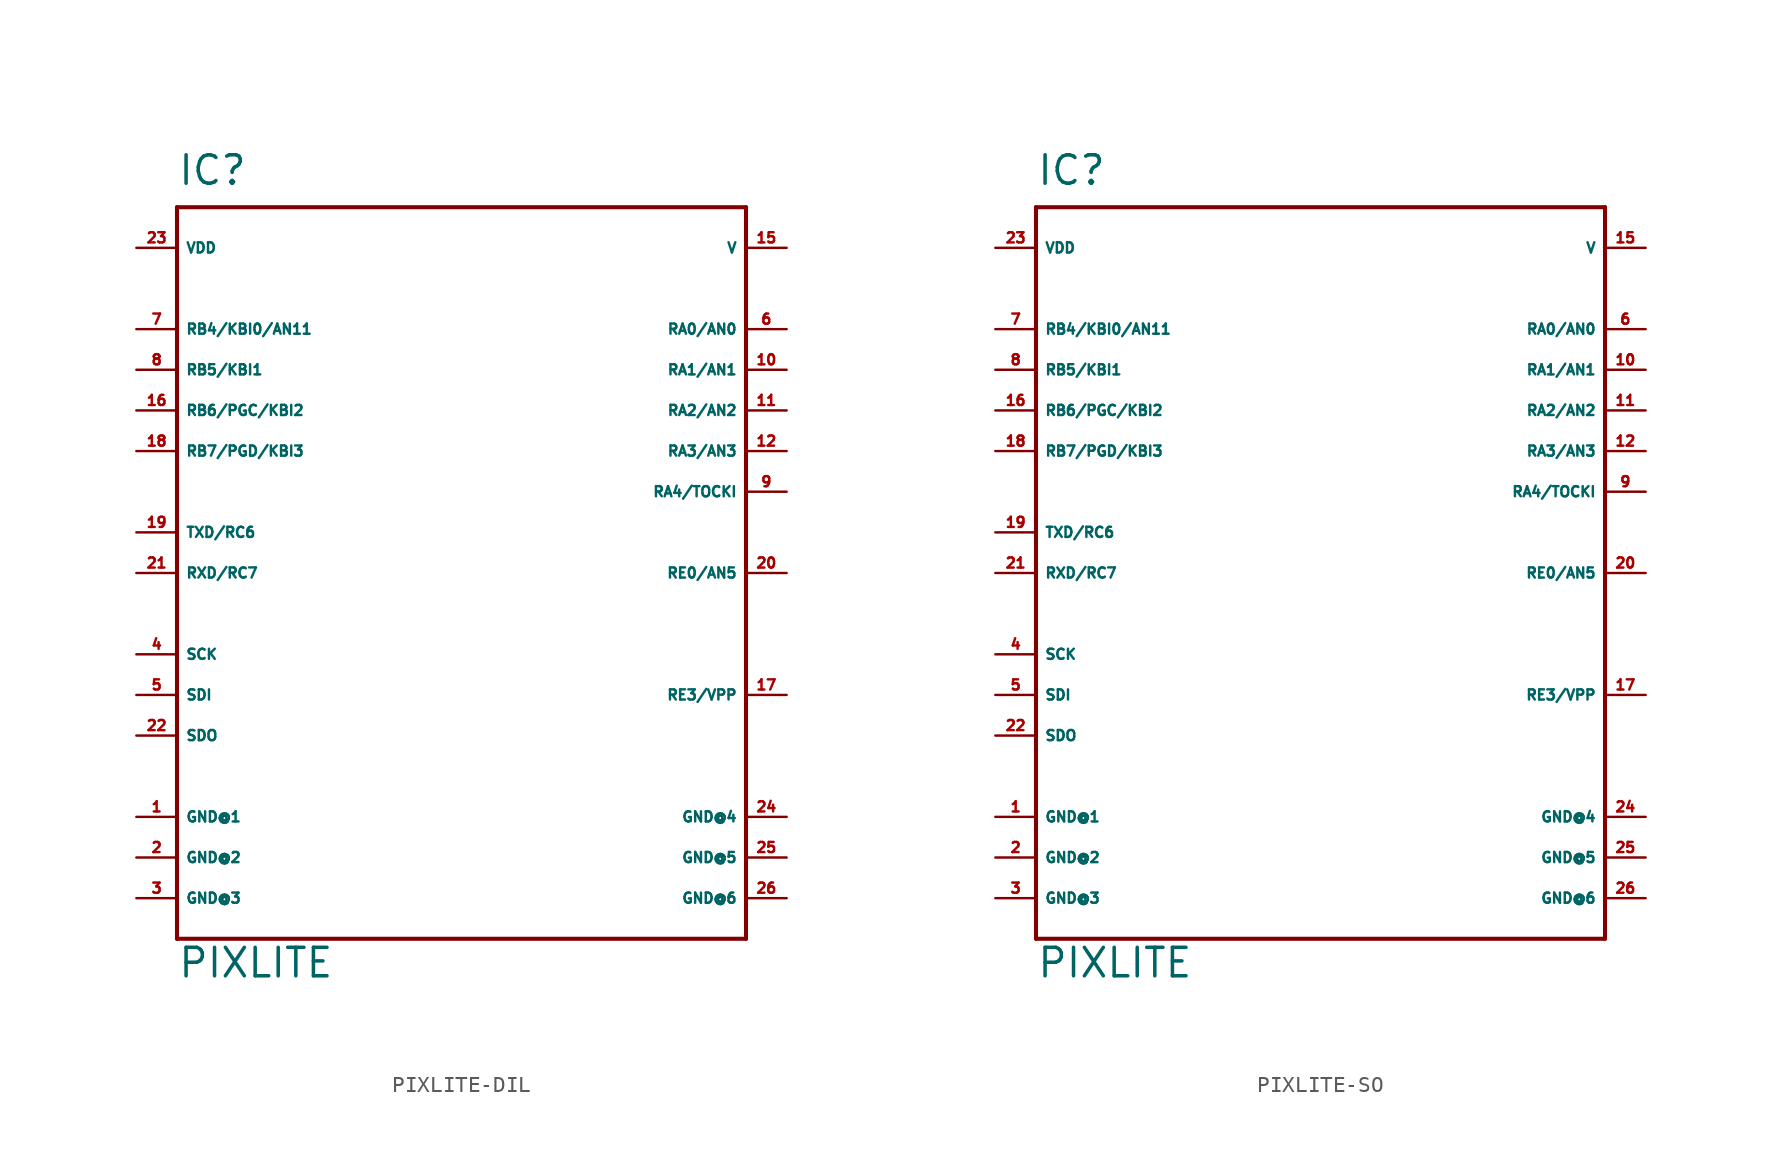
<source format=kicad_sym>
(kicad_symbol_lib
  (version 20220914)
  (generator Eagle2Kicad)
  (symbol "PIXLITE-DIL"
    (property "Reference" "IC"
      (at -17.78 24.13 0)
      (effects (font (size 1.778 1.778) (thickness 0.22)) (justify left bottom)))
    (property "Value" "PIXLITE"
      (at -17.78 -25.4 0)
      (effects (font (size 1.778 1.778) (thickness 0.22)) (justify left bottom)))
    (polyline
      (pts (xy -17.78 22.86) (xy -17.78 -22.86))
      (stroke (width 0.254) (type default))
      (fill (type none)))
    (polyline
      (pts (xy -17.78 -22.86) (xy 17.78 -22.86))
      (stroke (width 0.254) (type default))
      (fill (type none)))
    (polyline
      (pts (xy 17.78 -22.86) (xy 17.78 22.86))
      (stroke (width 0.254) (type default))
      (fill (type none)))
    (polyline
      (pts (xy 17.78 22.86) (xy -17.78 22.86))
      (stroke (width 0.254) (type default))
      (fill (type none)))
    (pin bidirectional line
      (at 20.32 12.7 180)
      (length 2.54)
      (name "RA1/AN1" (effects (font (size 0.635 0.635) (thickness 0.08)) (justify left bottom)))
      (number "10" (effects (font (size 0.635 0.635) (thickness 0.08)) (justify left bottom))))
    (pin bidirectional line
      (at 20.32 10.16 180)
      (length 2.54)
      (name "RA2/AN2" (effects (font (size 0.635 0.635) (thickness 0.08)) (justify left bottom)))
      (number "11" (effects (font (size 0.635 0.635) (thickness 0.08)) (justify left bottom))))
    (pin bidirectional line
      (at 20.32 7.62 180)
      (length 2.54)
      (name "RA3/AN3" (effects (font (size 0.635 0.635) (thickness 0.08)) (justify left bottom)))
      (number "12" (effects (font (size 0.635 0.635) (thickness 0.08)) (justify left bottom))))
    (pin bidirectional line
      (at 20.32 5.08 180)
      (length 2.54)
      (name "RA4/TOCKI" (effects (font (size 0.635 0.635) (thickness 0.08)) (justify left bottom)))
      (number "9" (effects (font (size 0.635 0.635) (thickness 0.08)) (justify left bottom))))
    (pin bidirectional line
      (at 20.32 15.24 180)
      (length 2.54)
      (name "RA0/AN0" (effects (font (size 0.635 0.635) (thickness 0.08)) (justify left bottom)))
      (number "6" (effects (font (size 0.635 0.635) (thickness 0.08)) (justify left bottom))))
    (pin bidirectional line
      (at -20.32 15.24 0)
      (length 2.54)
      (name "RB4/KBI0/AN11" (effects (font (size 0.635 0.635) (thickness 0.08)) (justify left bottom)))
      (number "7" (effects (font (size 0.635 0.635) (thickness 0.08)) (justify left bottom))))
    (pin bidirectional line
      (at -20.32 12.7 0)
      (length 2.54)
      (name "RB5/KBI1" (effects (font (size 0.635 0.635) (thickness 0.08)) (justify left bottom)))
      (number "8" (effects (font (size 0.635 0.635) (thickness 0.08)) (justify left bottom))))
    (pin bidirectional line
      (at -20.32 10.16 0)
      (length 2.54)
      (name "RB6/PGC/KBI2" (effects (font (size 0.635 0.635) (thickness 0.08)) (justify left bottom)))
      (number "16" (effects (font (size 0.635 0.635) (thickness 0.08)) (justify left bottom))))
    (pin bidirectional line
      (at -20.32 7.62 0)
      (length 2.54)
      (name "RB7/PGD/KBI3" (effects (font (size 0.635 0.635) (thickness 0.08)) (justify left bottom)))
      (number "18" (effects (font (size 0.635 0.635) (thickness 0.08)) (justify left bottom))))
    (pin bidirectional line
      (at 20.32 0 180)
      (length 2.54)
      (name "RE0/AN5" (effects (font (size 0.635 0.635) (thickness 0.08)) (justify left bottom)))
      (number "20" (effects (font (size 0.635 0.635) (thickness 0.08)) (justify left bottom))))
    (pin input line
      (at 20.32 -7.62 180)
      (length 2.54)
      (name "RE3/VPP" (effects (font (size 0.635 0.635) (thickness 0.08)) (justify left bottom)))
      (number "17" (effects (font (size 0.635 0.635) (thickness 0.08)) (justify left bottom))))
    (pin bidirectional line
      (at -20.32 -5.08 0)
      (length 2.54)
      (name "SCK" (effects (font (size 0.635 0.635) (thickness 0.08)) (justify left bottom)))
      (number "4" (effects (font (size 0.635 0.635) (thickness 0.08)) (justify left bottom))))
    (pin bidirectional line
      (at -20.32 -7.62 0)
      (length 2.54)
      (name "SDI" (effects (font (size 0.635 0.635) (thickness 0.08)) (justify left bottom)))
      (number "5" (effects (font (size 0.635 0.635) (thickness 0.08)) (justify left bottom))))
    (pin input line
      (at 20.32 20.32 180)
      (length 2.54)
      (name "V" (effects (font (size 0.635 0.635) (thickness 0.08)) (justify left bottom)))
      (number "15" (effects (font (size 0.635 0.635) (thickness 0.08)) (justify left bottom))))
    (pin unspecified line
      (at -20.32 20.32 0)
      (length 2.54)
      (name "VDD" (effects (font (size 0.635 0.635) (thickness 0.08)) (justify left bottom)))
      (number "23" (effects (font (size 0.635 0.635) (thickness 0.08)) (justify left bottom))))
    (pin unspecified line
      (at -20.32 -15.24 0)
      (length 2.54)
      (name "GND@1" (effects (font (size 0.635 0.635) (thickness 0.08)) (justify left bottom)))
      (number "1" (effects (font (size 0.635 0.635) (thickness 0.08)) (justify left bottom))))
    (pin unspecified line
      (at -20.32 -17.78 0)
      (length 2.54)
      (name "GND@2" (effects (font (size 0.635 0.635) (thickness 0.08)) (justify left bottom)))
      (number "2" (effects (font (size 0.635 0.635) (thickness 0.08)) (justify left bottom))))
    (pin unspecified line
      (at -20.32 -20.32 0)
      (length 2.54)
      (name "GND@3" (effects (font (size 0.635 0.635) (thickness 0.08)) (justify left bottom)))
      (number "3" (effects (font (size 0.635 0.635) (thickness 0.08)) (justify left bottom))))
    (pin bidirectional line
      (at -20.32 -10.16 0)
      (length 2.54)
      (name "SDO" (effects (font (size 0.635 0.635) (thickness 0.08)) (justify left bottom)))
      (number "22" (effects (font (size 0.635 0.635) (thickness 0.08)) (justify left bottom))))
    (pin unspecified line
      (at 20.32 -15.24 180)
      (length 2.54)
      (name "GND@4" (effects (font (size 0.635 0.635) (thickness 0.08)) (justify left bottom)))
      (number "24" (effects (font (size 0.635 0.635) (thickness 0.08)) (justify left bottom))))
    (pin unspecified line
      (at 20.32 -17.78 180)
      (length 2.54)
      (name "GND@5" (effects (font (size 0.635 0.635) (thickness 0.08)) (justify left bottom)))
      (number "25" (effects (font (size 0.635 0.635) (thickness 0.08)) (justify left bottom))))
    (pin unspecified line
      (at 20.32 -20.32 180)
      (length 2.54)
      (name "GND@6" (effects (font (size 0.635 0.635) (thickness 0.08)) (justify left bottom)))
      (number "26" (effects (font (size 0.635 0.635) (thickness 0.08)) (justify left bottom))))
    (pin bidirectional line
      (at -20.32 2.54 0)
      (length 2.54)
      (name "TXD/RC6" (effects (font (size 0.635 0.635) (thickness 0.08)) (justify left bottom)))
      (number "19" (effects (font (size 0.635 0.635) (thickness 0.08)) (justify left bottom))))
    (pin bidirectional line
      (at -20.32 0 0)
      (length 2.54)
      (name "RXD/RC7" (effects (font (size 0.635 0.635) (thickness 0.08)) (justify left bottom)))
      (number "21" (effects (font (size 0.635 0.635) (thickness 0.08)) (justify left bottom)))))
  (symbol "PIXLITE-SO"
    (property "Reference" "IC"
      (at -17.78 24.13 0)
      (effects (font (size 1.778 1.778) (thickness 0.22)) (justify left bottom)))
    (property "Value" "PIXLITE"
      (at -17.78 -25.4 0)
      (effects (font (size 1.778 1.778) (thickness 0.22)) (justify left bottom)))
    (polyline
      (pts (xy -17.78 22.86) (xy -17.78 -22.86))
      (stroke (width 0.254) (type default))
      (fill (type none)))
    (polyline
      (pts (xy -17.78 -22.86) (xy 17.78 -22.86))
      (stroke (width 0.254) (type default))
      (fill (type none)))
    (polyline
      (pts (xy 17.78 -22.86) (xy 17.78 22.86))
      (stroke (width 0.254) (type default))
      (fill (type none)))
    (polyline
      (pts (xy 17.78 22.86) (xy -17.78 22.86))
      (stroke (width 0.254) (type default))
      (fill (type none)))
    (pin bidirectional line
      (at 20.32 12.7 180)
      (length 2.54)
      (name "RA1/AN1" (effects (font (size 0.635 0.635) (thickness 0.08)) (justify left bottom)))
      (number "10" (effects (font (size 0.635 0.635) (thickness 0.08)) (justify left bottom))))
    (pin bidirectional line
      (at 20.32 10.16 180)
      (length 2.54)
      (name "RA2/AN2" (effects (font (size 0.635 0.635) (thickness 0.08)) (justify left bottom)))
      (number "11" (effects (font (size 0.635 0.635) (thickness 0.08)) (justify left bottom))))
    (pin bidirectional line
      (at 20.32 7.62 180)
      (length 2.54)
      (name "RA3/AN3" (effects (font (size 0.635 0.635) (thickness 0.08)) (justify left bottom)))
      (number "12" (effects (font (size 0.635 0.635) (thickness 0.08)) (justify left bottom))))
    (pin bidirectional line
      (at 20.32 5.08 180)
      (length 2.54)
      (name "RA4/TOCKI" (effects (font (size 0.635 0.635) (thickness 0.08)) (justify left bottom)))
      (number "9" (effects (font (size 0.635 0.635) (thickness 0.08)) (justify left bottom))))
    (pin bidirectional line
      (at 20.32 15.24 180)
      (length 2.54)
      (name "RA0/AN0" (effects (font (size 0.635 0.635) (thickness 0.08)) (justify left bottom)))
      (number "6" (effects (font (size 0.635 0.635) (thickness 0.08)) (justify left bottom))))
    (pin bidirectional line
      (at -20.32 15.24 0)
      (length 2.54)
      (name "RB4/KBI0/AN11" (effects (font (size 0.635 0.635) (thickness 0.08)) (justify left bottom)))
      (number "7" (effects (font (size 0.635 0.635) (thickness 0.08)) (justify left bottom))))
    (pin bidirectional line
      (at -20.32 12.7 0)
      (length 2.54)
      (name "RB5/KBI1" (effects (font (size 0.635 0.635) (thickness 0.08)) (justify left bottom)))
      (number "8" (effects (font (size 0.635 0.635) (thickness 0.08)) (justify left bottom))))
    (pin bidirectional line
      (at -20.32 10.16 0)
      (length 2.54)
      (name "RB6/PGC/KBI2" (effects (font (size 0.635 0.635) (thickness 0.08)) (justify left bottom)))
      (number "16" (effects (font (size 0.635 0.635) (thickness 0.08)) (justify left bottom))))
    (pin bidirectional line
      (at -20.32 7.62 0)
      (length 2.54)
      (name "RB7/PGD/KBI3" (effects (font (size 0.635 0.635) (thickness 0.08)) (justify left bottom)))
      (number "18" (effects (font (size 0.635 0.635) (thickness 0.08)) (justify left bottom))))
    (pin bidirectional line
      (at 20.32 0 180)
      (length 2.54)
      (name "RE0/AN5" (effects (font (size 0.635 0.635) (thickness 0.08)) (justify left bottom)))
      (number "20" (effects (font (size 0.635 0.635) (thickness 0.08)) (justify left bottom))))
    (pin input line
      (at 20.32 -7.62 180)
      (length 2.54)
      (name "RE3/VPP" (effects (font (size 0.635 0.635) (thickness 0.08)) (justify left bottom)))
      (number "17" (effects (font (size 0.635 0.635) (thickness 0.08)) (justify left bottom))))
    (pin bidirectional line
      (at -20.32 -5.08 0)
      (length 2.54)
      (name "SCK" (effects (font (size 0.635 0.635) (thickness 0.08)) (justify left bottom)))
      (number "4" (effects (font (size 0.635 0.635) (thickness 0.08)) (justify left bottom))))
    (pin bidirectional line
      (at -20.32 -7.62 0)
      (length 2.54)
      (name "SDI" (effects (font (size 0.635 0.635) (thickness 0.08)) (justify left bottom)))
      (number "5" (effects (font (size 0.635 0.635) (thickness 0.08)) (justify left bottom))))
    (pin input line
      (at 20.32 20.32 180)
      (length 2.54)
      (name "V" (effects (font (size 0.635 0.635) (thickness 0.08)) (justify left bottom)))
      (number "15" (effects (font (size 0.635 0.635) (thickness 0.08)) (justify left bottom))))
    (pin unspecified line
      (at -20.32 20.32 0)
      (length 2.54)
      (name "VDD" (effects (font (size 0.635 0.635) (thickness 0.08)) (justify left bottom)))
      (number "23" (effects (font (size 0.635 0.635) (thickness 0.08)) (justify left bottom))))
    (pin unspecified line
      (at -20.32 -15.24 0)
      (length 2.54)
      (name "GND@1" (effects (font (size 0.635 0.635) (thickness 0.08)) (justify left bottom)))
      (number "1" (effects (font (size 0.635 0.635) (thickness 0.08)) (justify left bottom))))
    (pin unspecified line
      (at -20.32 -17.78 0)
      (length 2.54)
      (name "GND@2" (effects (font (size 0.635 0.635) (thickness 0.08)) (justify left bottom)))
      (number "2" (effects (font (size 0.635 0.635) (thickness 0.08)) (justify left bottom))))
    (pin unspecified line
      (at -20.32 -20.32 0)
      (length 2.54)
      (name "GND@3" (effects (font (size 0.635 0.635) (thickness 0.08)) (justify left bottom)))
      (number "3" (effects (font (size 0.635 0.635) (thickness 0.08)) (justify left bottom))))
    (pin bidirectional line
      (at -20.32 -10.16 0)
      (length 2.54)
      (name "SDO" (effects (font (size 0.635 0.635) (thickness 0.08)) (justify left bottom)))
      (number "22" (effects (font (size 0.635 0.635) (thickness 0.08)) (justify left bottom))))
    (pin unspecified line
      (at 20.32 -15.24 180)
      (length 2.54)
      (name "GND@4" (effects (font (size 0.635 0.635) (thickness 0.08)) (justify left bottom)))
      (number "24" (effects (font (size 0.635 0.635) (thickness 0.08)) (justify left bottom))))
    (pin unspecified line
      (at 20.32 -17.78 180)
      (length 2.54)
      (name "GND@5" (effects (font (size 0.635 0.635) (thickness 0.08)) (justify left bottom)))
      (number "25" (effects (font (size 0.635 0.635) (thickness 0.08)) (justify left bottom))))
    (pin unspecified line
      (at 20.32 -20.32 180)
      (length 2.54)
      (name "GND@6" (effects (font (size 0.635 0.635) (thickness 0.08)) (justify left bottom)))
      (number "26" (effects (font (size 0.635 0.635) (thickness 0.08)) (justify left bottom))))
    (pin bidirectional line
      (at -20.32 2.54 0)
      (length 2.54)
      (name "TXD/RC6" (effects (font (size 0.635 0.635) (thickness 0.08)) (justify left bottom)))
      (number "19" (effects (font (size 0.635 0.635) (thickness 0.08)) (justify left bottom))))
    (pin bidirectional line
      (at -20.32 0 0)
      (length 2.54)
      (name "RXD/RC7" (effects (font (size 0.635 0.635) (thickness 0.08)) (justify left bottom)))
      (number "21" (effects (font (size 0.635 0.635) (thickness 0.08)) (justify left bottom))))))
</source>
